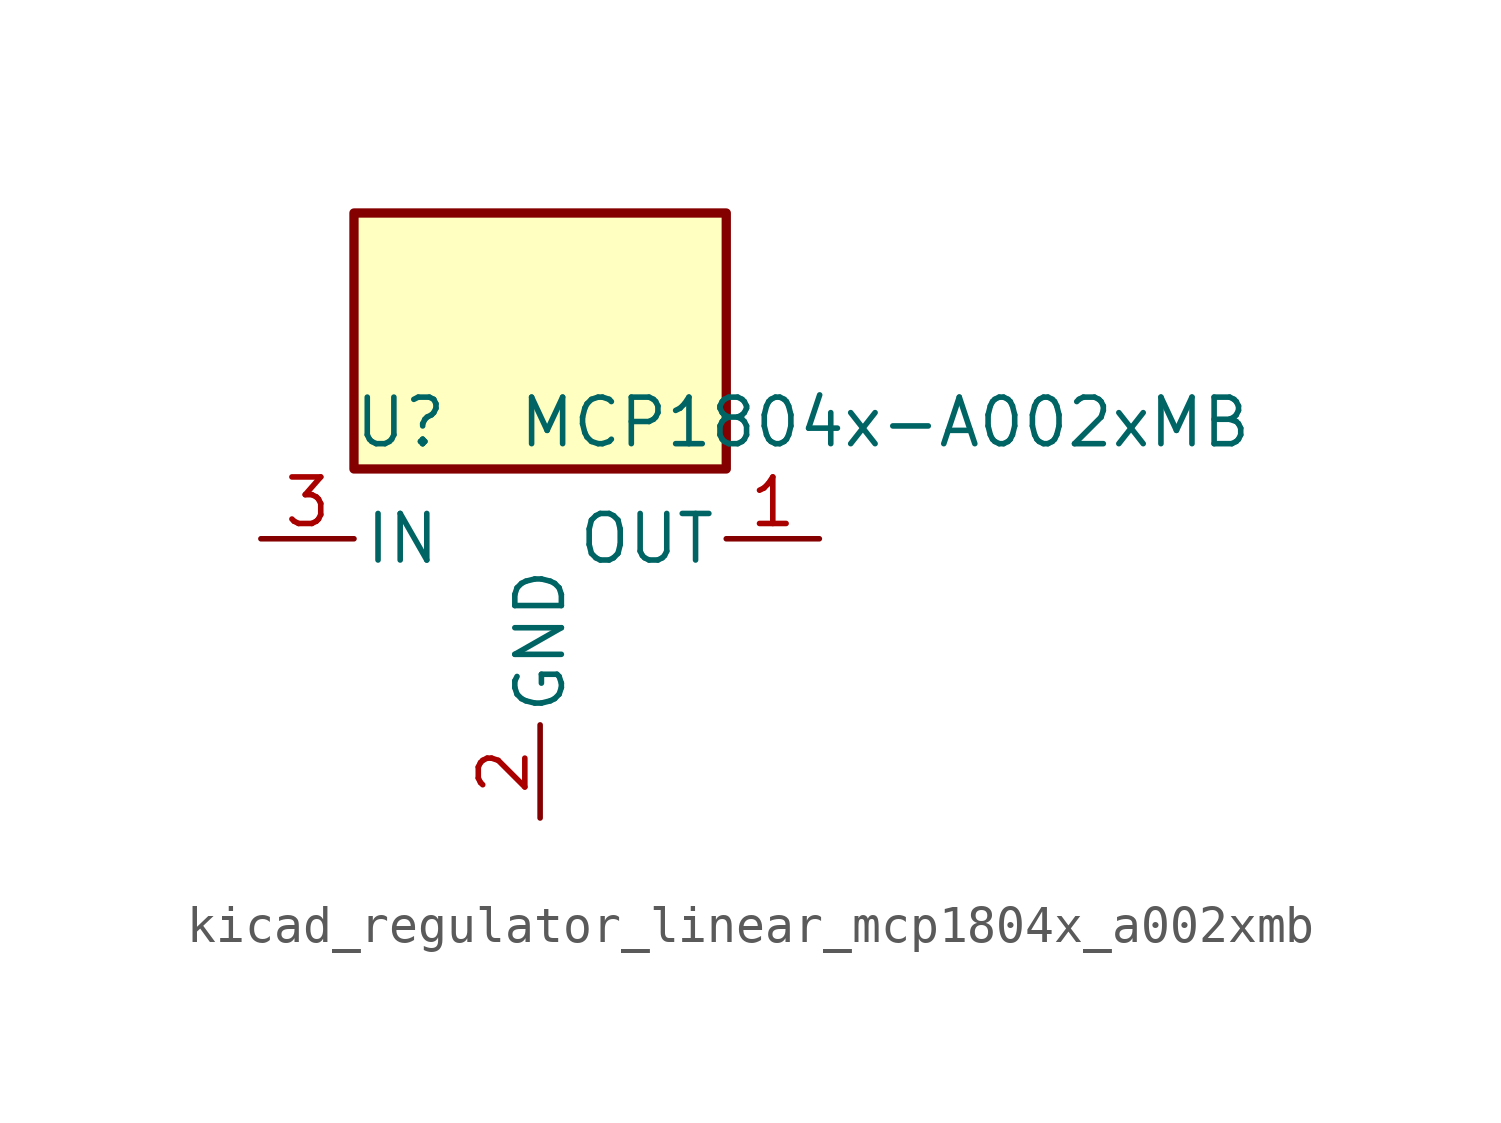
<source format=kicad_sym>
(kicad_symbol_lib
  (version 20220914)
  (generator kicad_symbol_editor)
  (symbol "kicad_regulator_linear_mcp1804x_a002xmb"
    (pin_names
      (offset 0.254))
    (property "Reference" "U"
      (at -3.81 3.175 0)
      (effects (font (size 1.27 1.27))))
    (property "Value" "MCP1804x-A002xMB"
      (at -0.635 3.175 0)
      (effects (font (size 1.27 1.27)) (justify left)))
    (symbol "kicad_regulator_linear_mcp1804x_a002xmb_0_1"
      (rectangle (start 5.08 8.89) (end -5.08 1.905) (stroke (width 0.254) (type default)) (fill (type background))))
    (symbol "kicad_regulator_linear_mcp1804x_a002xmb_1_1"
      (pin power_out line (at 7.62 0 180) (length 2.54) (name "OUT" (effects (font (size 1.27 1.27)))) (number "1" (effects (font (size 1.27 1.27)))))
      (pin power_in line (at 0 -7.62 90) (length 2.54) (name "GND" (effects (font (size 1.27 1.27)))) (number "2" (effects (font (size 1.27 1.27)))))
      (pin power_in line (at -7.62 0 0) (length 2.54) (name "IN" (effects (font (size 1.27 1.27)))) (number "3" (effects (font (size 1.27 1.27))))))))
</source>
